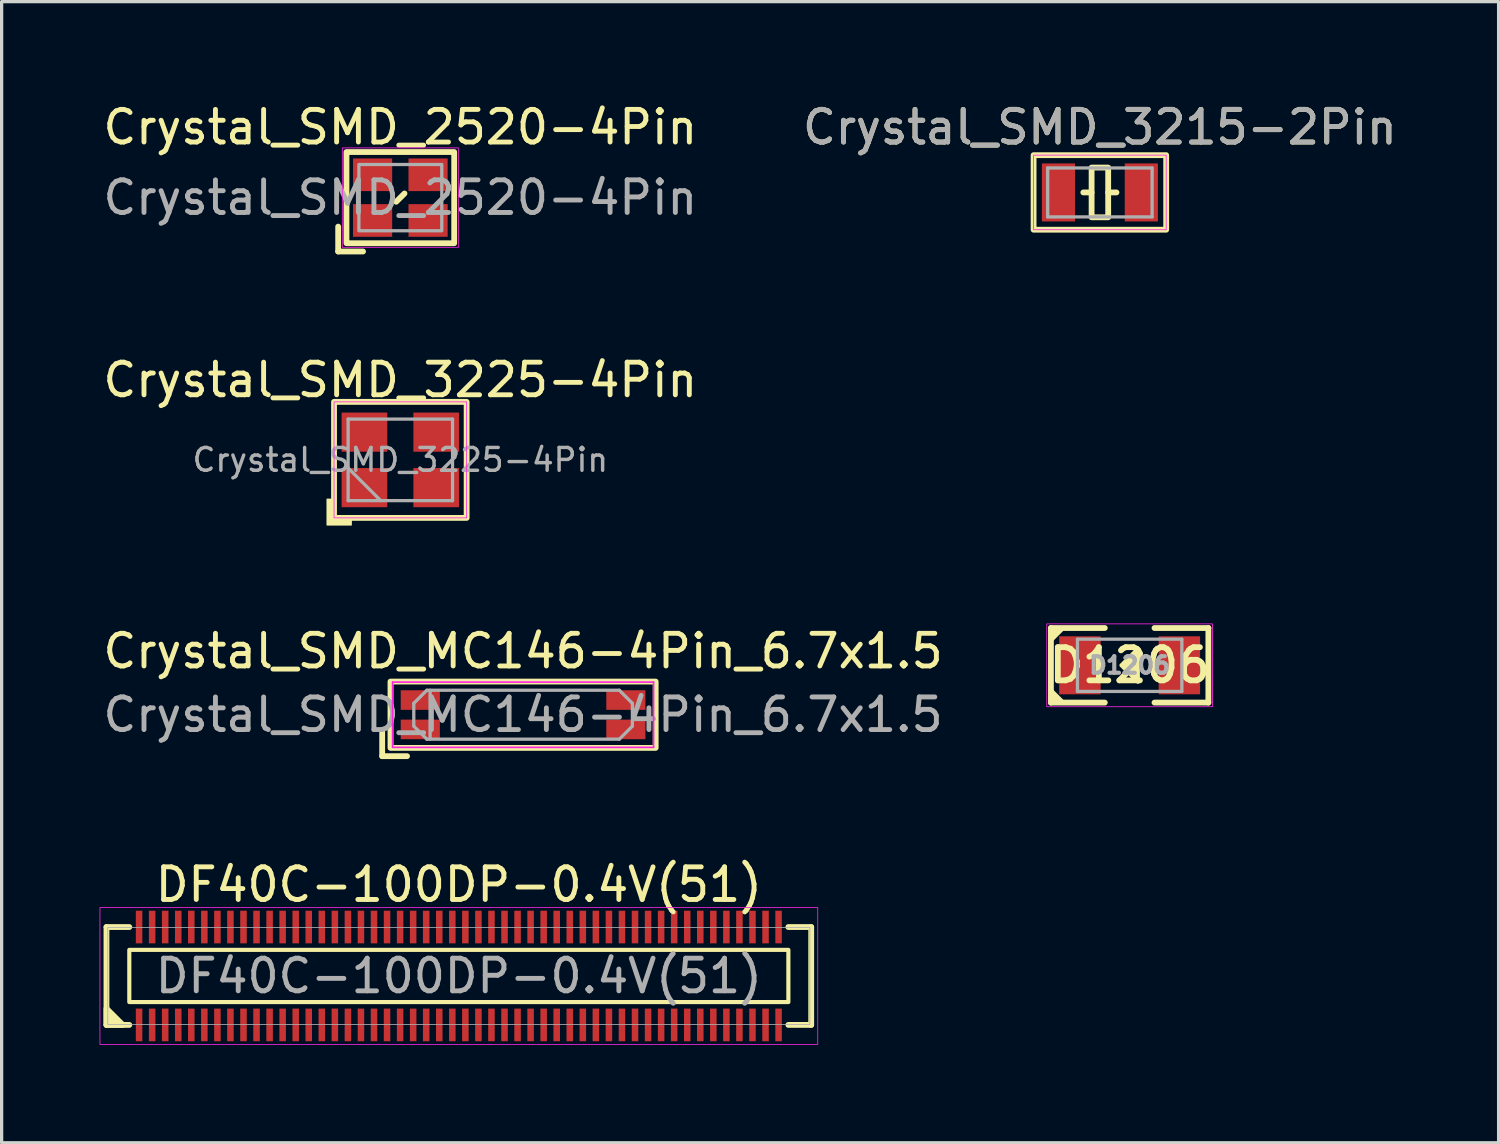
<source format=kicad_pcb>
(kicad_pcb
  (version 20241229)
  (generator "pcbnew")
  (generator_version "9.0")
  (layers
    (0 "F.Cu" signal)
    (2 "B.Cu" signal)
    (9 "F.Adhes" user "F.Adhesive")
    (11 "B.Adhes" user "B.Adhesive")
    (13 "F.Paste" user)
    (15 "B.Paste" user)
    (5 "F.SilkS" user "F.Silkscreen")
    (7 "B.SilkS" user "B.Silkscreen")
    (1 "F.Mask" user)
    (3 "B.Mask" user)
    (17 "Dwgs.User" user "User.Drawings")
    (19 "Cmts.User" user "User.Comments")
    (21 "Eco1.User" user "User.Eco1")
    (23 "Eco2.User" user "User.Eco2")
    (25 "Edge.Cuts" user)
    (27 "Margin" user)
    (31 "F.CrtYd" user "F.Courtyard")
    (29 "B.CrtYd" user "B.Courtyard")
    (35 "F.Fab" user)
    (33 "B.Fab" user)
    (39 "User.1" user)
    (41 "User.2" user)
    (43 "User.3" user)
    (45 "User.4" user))
  (footprint "Crystal_SMD_2520-4Pin"
    (layer "F.Cu")
    (at 9.22 3.007)
    (property "Reference" "Crystal_SMD_2520-4Pin" (at 0 -2.159 0) (unlocked yes) (layer "F.SilkS") (effects (font (size 1 1) (thickness 0.15))))
    (attr smd)
    (fp_line (start -1.905 1.651) (end -1.905 0.889) (stroke (width 0.178) (type solid)) (layer "F.SilkS"))
    (fp_line (start -1.905 1.651) (end -1.143 1.651) (stroke (width 0.178) (type solid)) (layer "F.SilkS"))
    (fp_line (start -0.127 0.127) (end 0.127 -0.127) (stroke (width 0.178) (type solid)) (layer "F.SilkS"))
    (fp_rect (start -1.651 -1.397) (end 1.651 1.397) (stroke (width 0.178) (type solid)) (fill no) (layer "F.SilkS"))
    (fp_rect (start -1.778 -1.524) (end 1.778 1.524) (stroke (width 0.025) (type solid)) (fill no) (layer "F.CrtYd"))
    (fp_rect (start -1.27 -1.016) (end 1.27 1.016) (stroke (width 0.1) (type solid)) (fill no) (layer "F.Fab"))
    (fp_text user "${REFERENCE}" (at 0 0 0) (unlocked yes) (layer "F.Fab") (effects (font (size 1 1) (thickness 0.15))))
    (pad "1" smd rect (at -0.85 0.7) (size 1.2 1) (layers "F.Cu" "F.Mask" "F.Paste"))
    (pad "2" smd rect (at 0.85 0.7) (size 1.2 1) (layers "F.Cu" "F.Mask" "F.Paste"))
    (pad "3" smd rect (at 0.85 -0.7) (size 1.2 1) (layers "F.Cu" "F.Mask" "F.Paste"))
    (pad "4" smd rect (at -0.85 -0.7) (size 1.2 1) (layers "F.Cu" "F.Mask" "F.Paste")))
  (footprint "Crystal_SMD_3215-2Pin"
    (layer "F.Cu")
    (at 30.661 2.848)
    (property "Reference" "Crystal_SMD_3215-2Pin" (at 0 -2 0) (layer "F.SilkS") (effects (font (size 1 1) (thickness 0.15))))
    (attr smd)
    (fp_line (start -0.508 0) (end -0.254 0) (stroke (width 0.178) (type solid)) (layer "F.SilkS"))
    (fp_line (start 0.508 0) (end 0.254 0) (stroke (width 0.178) (type solid)) (layer "F.SilkS"))
    (fp_rect (start -2.032 -1.143) (end 2.032 1.143) (stroke (width 0.178) (type solid)) (fill no) (layer "F.SilkS"))
    (fp_rect (start -0.254 -0.762) (end 0.254 0.762) (stroke (width 0.178) (type solid)) (fill no) (layer "F.SilkS"))
    (fp_rect (start -2.032 -1.143) (end 2.032 1.143) (stroke (width 0.025) (type solid)) (fill no) (layer "F.CrtYd"))
    (fp_line (start -1.6 -0.75) (end -1.6 0.75) (stroke (width 0.1) (type solid)) (layer "F.Fab"))
    (fp_line (start -1.6 -0.75) (end 1.6 -0.75) (stroke (width 0.1) (type solid)) (layer "F.Fab"))
    (fp_line (start -1.6 0.75) (end 1.6 0.75) (stroke (width 0.1) (type solid)) (layer "F.Fab"))
    (fp_line (start 1.6 -0.75) (end 1.6 0.75) (stroke (width 0.1) (type solid)) (layer "F.Fab"))
    (fp_text user "${REFERENCE}" (at 0 -2 0) (layer "F.Fab") (effects (font (size 1 1) (thickness 0.15))))
    (pad "1" smd rect (at 1.27 0) (size 1.016 1.778) (layers "F.Cu" "F.Mask" "F.Paste"))
    (pad "2" smd rect (at -1.27 0) (size 1.016 1.778) (layers "F.Cu" "F.Mask" "F.Paste")))
  (footprint "D1206"
    (layer "F.Cu")
    (at 31.573 17.341)
    (property "Reference" "D1206" (at 0 0 0) (layer "F.SilkS") (effects (font (size 1.016 1.016) (thickness 0.178))))
    (attr smd)
    (fp_line (start -2.413 -1.143) (end -2.413 1.143) (stroke (width 0.178) (type solid)) (layer "F.SilkS"))
    (fp_line (start -0.762 -1.143) (end -2.413 -1.143) (stroke (width 0.178) (type solid)) (layer "F.SilkS"))
    (fp_line (start -0.762 1.143) (end -2.413 1.143) (stroke (width 0.178) (type solid)) (layer "F.SilkS"))
    (fp_line (start 2.413 -1.143) (end 0.762 -1.143) (stroke (width 0.178) (type solid)) (layer "F.SilkS"))
    (fp_line (start 2.413 -1.143) (end 2.413 1.143) (stroke (width 0.178) (type solid)) (layer "F.SilkS"))
    (fp_line (start 2.413 1.143) (end 0.762 1.143) (stroke (width 0.178) (type solid)) (layer "F.SilkS"))
    (fp_poly (pts (xy -2.413 -0.762) (xy -2.413 -1.143) (xy -2.032 -1.143)) (stroke (width 0.12) (type solid)) (fill yes) (layer "F.SilkS"))
    (fp_poly (pts (xy -2.032 1.143) (xy -2.413 1.143) (xy -2.413 0.762)) (stroke (width 0.12) (type solid)) (fill yes) (layer "F.SilkS"))
    (fp_poly (pts (xy 0.254 0.508) (xy -0.254 0) (xy 0.254 -0.508)) (stroke (width 0.12) (type solid)) (fill yes) (layer "F.SilkS"))
    (fp_rect (start -2.54 -1.27) (end 2.54 1.27) (stroke (width 0.025) (type solid)) (fill no) (layer "F.CrtYd"))
    (fp_line (start -1.6 -0.8) (end 1.6 -0.8) (stroke (width 0.1) (type solid)) (layer "F.Fab"))
    (fp_line (start -1.6 0.8) (end -1.6 -0.8) (stroke (width 0.1) (type solid)) (layer "F.Fab"))
    (fp_line (start 1.6 -0.8) (end 1.6 0.8) (stroke (width 0.1) (type solid)) (layer "F.Fab"))
    (fp_line (start 1.6 0.8) (end -1.6 0.8) (stroke (width 0.1) (type solid)) (layer "F.Fab"))
    (fp_text user "${REFERENCE}" (at 0 0 0) (layer "F.Fab") (effects (font (size 0.508 0.508) (thickness 0.127))))
    (pad "A" smd rect (at 1.524 0) (size 1.27 1.778) (layers "F.Cu" "F.Mask" "F.Paste"))
    (pad "K" smd rect (at -1.524 0) (size 1.27 1.778) (layers "F.Cu" "F.Mask" "F.Paste")))
  (footprint "Crystal_SMD_3225-4Pin"
    (layer "F.Cu")
    (at 9.22 11.045)
    (property "Reference" "Crystal_SMD_3225-4Pin" (at 0 -2.45 0) (layer "F.SilkS") (effects (font (size 1 1) (thickness 0.15))))
    (attr smd)
    (fp_rect (start -2.032 -1.778) (end 2.032 1.778) (stroke (width 0.178) (type solid)) (fill no) (layer "F.SilkS"))
    (fp_poly (pts (xy -2 1.2) (xy -2.25 1.2) (xy -2.25 2) (xy -1.5 2) (xy -1.5 1.8) (xy -2.032 1.778)) (stroke (width 0.025) (type solid)) (fill yes) (layer "F.SilkS"))
    (fp_rect (start -2.032 -1.778) (end 2.032 1.778) (stroke (width 0.025) (type solid)) (fill no) (layer "F.CrtYd"))
    (fp_line (start -1.6 -1.25) (end -1.6 1.25) (stroke (width 0.1) (type solid)) (layer "F.Fab"))
    (fp_line (start -1.6 0.25) (end -0.6 1.25) (stroke (width 0.1) (type solid)) (layer "F.Fab"))
    (fp_line (start -1.6 1.25) (end 1.6 1.25) (stroke (width 0.1) (type solid)) (layer "F.Fab"))
    (fp_line (start 1.6 -1.25) (end -1.6 -1.25) (stroke (width 0.1) (type solid)) (layer "F.Fab"))
    (fp_line (start 1.6 1.25) (end 1.6 -1.25) (stroke (width 0.1) (type solid)) (layer "F.Fab"))
    (fp_text user "${REFERENCE}" (at 0 0 0) (layer "F.Fab") (effects (font (size 0.7 0.7) (thickness 0.105))))
    (pad "1" smd rect (at -1.1 0.85) (size 1.4 1.2) (layers "F.Cu" "F.Mask" "F.Paste"))
    (pad "2" smd rect (at 1.1 0.85) (size 1.4 1.2) (layers "F.Cu" "F.Mask" "F.Paste"))
    (pad "3" smd rect (at 1.1 -0.85) (size 1.4 1.2) (layers "F.Cu" "F.Mask" "F.Paste"))
    (pad "4" smd rect (at -1.1 -0.85) (size 1.4 1.2) (layers "F.Cu" "F.Mask" "F.Paste")))
  (footprint "Crystal_SMD_MC146-4Pin_6.7x1.5"
    (layer "F.Cu")
    (at 12.982 18.856)
    (property "Reference" "Crystal_SMD_MC146-4Pin_6.7x1.5" (at 0 -1.95 0) (layer "F.SilkS") (effects (font (size 1 1) (thickness 0.15))))
    (attr smd)
    (fp_line (start -4.318 0.508) (end -4.318 1.27) (stroke (width 0.178) (type solid)) (layer "F.SilkS"))
    (fp_line (start -4.318 1.27) (end -3.556 1.27) (stroke (width 0.178) (type solid)) (layer "F.SilkS"))
    (fp_rect (start -4.064 -1.016) (end 4.064 1.016) (stroke (width 0.178) (type solid)) (fill no) (layer "F.SilkS"))
    (fp_line (start -4 -1) (end -4 1) (stroke (width 0.05) (type solid)) (layer "F.CrtYd"))
    (fp_line (start -4 1) (end 4 1) (stroke (width 0.05) (type solid)) (layer "F.CrtYd"))
    (fp_line (start 4 -1) (end -4 -1) (stroke (width 0.05) (type solid)) (layer "F.CrtYd"))
    (fp_line (start 4 1) (end 4 -1) (stroke (width 0.05) (type solid)) (layer "F.CrtYd"))
    (fp_line (start -3.35 -0.35) (end -2.95 -0.75) (stroke (width 0.1) (type solid)) (layer "F.Fab"))
    (fp_line (start -3.35 0.35) (end -3.35 -0.35) (stroke (width 0.1) (type solid)) (layer "F.Fab"))
    (fp_line (start -2.95 -0.75) (end 2.95 -0.75) (stroke (width 0.1) (type solid)) (layer "F.Fab"))
    (fp_line (start -2.95 0.75) (end -3.35 0.35) (stroke (width 0.1) (type solid)) (layer "F.Fab"))
    (fp_line (start -2.85 -0.75) (end -2.85 0.75) (stroke (width 0.1) (type solid)) (layer "F.Fab"))
    (fp_line (start 2.95 -0.75) (end 3.35 -0.35) (stroke (width 0.1) (type solid)) (layer "F.Fab"))
    (fp_line (start 2.95 0.75) (end -2.95 0.75) (stroke (width 0.1) (type solid)) (layer "F.Fab"))
    (fp_line (start 3.35 -0.35) (end 3.35 0.35) (stroke (width 0.1) (type solid)) (layer "F.Fab"))
    (fp_line (start 3.35 0.35) (end 2.95 0.75) (stroke (width 0.1) (type solid)) (layer "F.Fab"))
    (fp_text user "${REFERENCE}" (at 0 0 0) (layer "F.Fab") (effects (font (size 1 1) (thickness 0.15))))
    (pad "1" smd rect (at -3.15 0.45) (size 1.2 0.6) (layers "F.Cu" "F.Mask" "F.Paste"))
    (pad "2" smd rect (at 3.15 0.45) (size 1.2 0.6) (layers "F.Cu" "F.Mask" "F.Paste"))
    (pad "3" smd rect (at 3.15 -0.45) (size 1.2 0.6) (layers "F.Cu" "F.Mask" "F.Paste"))
    (pad "4" smd rect (at -3.15 -0.45) (size 1.2 0.6) (layers "F.Cu" "F.Mask" "F.Paste")))
  (footprint "DF40C-100DP-0.4V(51)"
    (layer "F.Cu")
    (at 11.013 26.863)
    (property "Reference" "DF40C-100DP-0.4V(51)" (at 0 -2.8 0) (unlocked yes) (layer "F.SilkS") (effects (font (size 1 1) (thickness 0.15))))
    (attr smd)
    (fp_line (start -10.8 -1.5) (end -10.1 -1.5) (stroke (width 0.178) (type solid)) (layer "F.SilkS"))
    (fp_line (start -10.8 1.5) (end -10.8 -1.5) (stroke (width 0.178) (type solid)) (layer "F.SilkS"))
    (fp_line (start -10.1 1.5) (end -10.8 1.5) (stroke (width 0.178) (type solid)) (layer "F.SilkS"))
    (fp_line (start 10.1 1.5) (end 10.8 1.5) (stroke (width 0.178) (type solid)) (layer "F.SilkS"))
    (fp_line (start 10.8 -1.5) (end 10.1 -1.5) (stroke (width 0.178) (type solid)) (layer "F.SilkS"))
    (fp_line (start 10.8 1.5) (end 10.8 -1.5) (stroke (width 0.178) (type solid)) (layer "F.SilkS"))
    (fp_rect (start -10.1 -0.8) (end 10.1 0.8) (stroke (width 0.127) (type solid)) (fill no) (layer "F.SilkS"))
    (fp_poly (pts (xy -10.3 1.5) (xy -10.8 1) (xy -10.8 1.5)) (stroke (width 0.178) (type solid)) (fill yes) (layer "F.SilkS"))
    (fp_rect (start -11 2.1) (end 11 -2.1) (stroke (width 0.025) (type solid)) (fill no) (layer "F.CrtYd"))
    (fp_rect (start -10.76 -1.485) (end 10.76 1.485) (stroke (width 0.025) (type solid)) (fill no) (layer "F.Fab"))
    (fp_text user "${REFERENCE}" (at 0 0 0) (unlocked yes) (layer "F.Fab") (effects (font (size 1 1) (thickness 0.15))))
    (pad "1" smd rect (at -9.8 1.5) (size 0.2 1) (layers "F.Cu" "F.Mask" "F.Paste"))
    (pad "2" smd rect (at -9.8 -1.5) (size 0.2 1) (layers "F.Cu" "F.Mask" "F.Paste"))
    (pad "3" smd rect (at -9.4 1.5) (size 0.2 1) (layers "F.Cu" "F.Mask" "F.Paste"))
    (pad "4" smd rect (at -9.4 -1.5) (size 0.2 1) (layers "F.Cu" "F.Mask" "F.Paste"))
    (pad "5" smd rect (at -9 1.5) (size 0.2 1) (layers "F.Cu" "F.Mask" "F.Paste"))
    (pad "6" smd rect (at -9 -1.5) (size 0.2 1) (layers "F.Cu" "F.Mask" "F.Paste"))
    (pad "7" smd rect (at -8.6 1.5) (size 0.2 1) (layers "F.Cu" "F.Mask" "F.Paste"))
    (pad "8" smd rect (at -8.6 -1.5) (size 0.2 1) (layers "F.Cu" "F.Mask" "F.Paste"))
    (pad "9" smd rect (at -8.2 1.5) (size 0.2 1) (layers "F.Cu" "F.Mask" "F.Paste"))
    (pad "10" smd rect (at -8.2 -1.5) (size 0.2 1) (layers "F.Cu" "F.Mask" "F.Paste"))
    (pad "11" smd rect (at -7.8 1.5) (size 0.2 1) (layers "F.Cu" "F.Mask" "F.Paste"))
    (pad "12" smd rect (at -7.8 -1.5) (size 0.2 1) (layers "F.Cu" "F.Mask" "F.Paste"))
    (pad "13" smd rect (at -7.4 1.5) (size 0.2 1) (layers "F.Cu" "F.Mask" "F.Paste"))
    (pad "14" smd rect (at -7.4 -1.5) (size 0.2 1) (layers "F.Cu" "F.Mask" "F.Paste"))
    (pad "15" smd rect (at -7 1.5) (size 0.2 1) (layers "F.Cu" "F.Mask" "F.Paste"))
    (pad "16" smd rect (at -7 -1.5) (size 0.2 1) (layers "F.Cu" "F.Mask" "F.Paste"))
    (pad "17" smd rect (at -6.6 1.5) (size 0.2 1) (layers "F.Cu" "F.Mask" "F.Paste"))
    (pad "18" smd rect (at -6.6 -1.5) (size 0.2 1) (layers "F.Cu" "F.Mask" "F.Paste"))
    (pad "19" smd rect (at -6.2 1.5) (size 0.2 1) (layers "F.Cu" "F.Mask" "F.Paste"))
    (pad "20" smd rect (at -6.2 -1.5) (size 0.2 1) (layers "F.Cu" "F.Mask" "F.Paste"))
    (pad "21" smd rect (at -5.8 1.5) (size 0.2 1) (layers "F.Cu" "F.Mask" "F.Paste"))
    (pad "22" smd rect (at -5.8 -1.5) (size 0.2 1) (layers "F.Cu" "F.Mask" "F.Paste"))
    (pad "23" smd rect (at -5.4 1.5) (size 0.2 1) (layers "F.Cu" "F.Mask" "F.Paste"))
    (pad "24" smd rect (at -5.4 -1.5) (size 0.2 1) (layers "F.Cu" "F.Mask" "F.Paste"))
    (pad "25" smd rect (at -5 1.5) (size 0.2 1) (layers "F.Cu" "F.Mask" "F.Paste"))
    (pad "26" smd rect (at -5 -1.5) (size 0.2 1) (layers "F.Cu" "F.Mask" "F.Paste"))
    (pad "27" smd rect (at -4.6 1.5) (size 0.2 1) (layers "F.Cu" "F.Mask" "F.Paste"))
    (pad "28" smd rect (at -4.6 -1.5) (size 0.2 1) (layers "F.Cu" "F.Mask" "F.Paste"))
    (pad "29" smd rect (at -4.2 1.5) (size 0.2 1) (layers "F.Cu" "F.Mask" "F.Paste"))
    (pad "30" smd rect (at -4.2 -1.5) (size 0.2 1) (layers "F.Cu" "F.Mask" "F.Paste"))
    (pad "31" smd rect (at -3.8 1.5) (size 0.2 1) (layers "F.Cu" "F.Mask" "F.Paste"))
    (pad "32" smd rect (at -3.8 -1.5) (size 0.2 1) (layers "F.Cu" "F.Mask" "F.Paste"))
    (pad "33" smd rect (at -3.4 1.5) (size 0.2 1) (layers "F.Cu" "F.Mask" "F.Paste"))
    (pad "34" smd rect (at -3.4 -1.5) (size 0.2 1) (layers "F.Cu" "F.Mask" "F.Paste"))
    (pad "35" smd rect (at -3 1.5) (size 0.2 1) (layers "F.Cu" "F.Mask" "F.Paste"))
    (pad "36" smd rect (at -3 -1.5) (size 0.2 1) (layers "F.Cu" "F.Mask" "F.Paste"))
    (pad "37" smd rect (at -2.6 1.5) (size 0.2 1) (layers "F.Cu" "F.Mask" "F.Paste"))
    (pad "38" smd rect (at -2.6 -1.5) (size 0.2 1) (layers "F.Cu" "F.Mask" "F.Paste"))
    (pad "39" smd rect (at -2.2 1.5) (size 0.2 1) (layers "F.Cu" "F.Mask" "F.Paste"))
    (pad "40" smd rect (at -2.2 -1.5) (size 0.2 1) (layers "F.Cu" "F.Mask" "F.Paste"))
    (pad "41" smd rect (at -1.8 1.5) (size 0.2 1) (layers "F.Cu" "F.Mask" "F.Paste"))
    (pad "42" smd rect (at -1.8 -1.5) (size 0.2 1) (layers "F.Cu" "F.Mask" "F.Paste"))
    (pad "43" smd rect (at -1.4 1.5) (size 0.2 1) (layers "F.Cu" "F.Mask" "F.Paste"))
    (pad "44" smd rect (at -1.4 -1.5) (size 0.2 1) (layers "F.Cu" "F.Mask" "F.Paste"))
    (pad "45" smd rect (at -1 1.5) (size 0.2 1) (layers "F.Cu" "F.Mask" "F.Paste"))
    (pad "46" smd rect (at -1 -1.5) (size 0.2 1) (layers "F.Cu" "F.Mask" "F.Paste"))
    (pad "47" smd rect (at -0.6 1.5) (size 0.2 1) (layers "F.Cu" "F.Mask" "F.Paste"))
    (pad "48" smd rect (at -0.6 -1.5) (size 0.2 1) (layers "F.Cu" "F.Mask" "F.Paste"))
    (pad "49" smd rect (at -0.2 1.5) (size 0.2 1) (layers "F.Cu" "F.Mask" "F.Paste"))
    (pad "50" smd rect (at -0.2 -1.5) (size 0.2 1) (layers "F.Cu" "F.Mask" "F.Paste"))
    (pad "51" smd rect (at 0.2 1.5) (size 0.2 1) (layers "F.Cu" "F.Mask" "F.Paste"))
    (pad "52" smd rect (at 0.2 -1.5) (size 0.2 1) (layers "F.Cu" "F.Mask" "F.Paste"))
    (pad "53" smd rect (at 0.6 1.5) (size 0.2 1) (layers "F.Cu" "F.Mask" "F.Paste"))
    (pad "54" smd rect (at 0.6 -1.5) (size 0.2 1) (layers "F.Cu" "F.Mask" "F.Paste"))
    (pad "55" smd rect (at 1 1.5) (size 0.2 1) (layers "F.Cu" "F.Mask" "F.Paste"))
    (pad "56" smd rect (at 1 -1.5) (size 0.2 1) (layers "F.Cu" "F.Mask" "F.Paste"))
    (pad "57" smd rect (at 1.4 1.5) (size 0.2 1) (layers "F.Cu" "F.Mask" "F.Paste"))
    (pad "58" smd rect (at 1.4 -1.5) (size 0.2 1) (layers "F.Cu" "F.Mask" "F.Paste"))
    (pad "59" smd rect (at 1.8 1.5) (size 0.2 1) (layers "F.Cu" "F.Mask" "F.Paste"))
    (pad "60" smd rect (at 1.8 -1.5) (size 0.2 1) (layers "F.Cu" "F.Mask" "F.Paste"))
    (pad "61" smd rect (at 2.2 1.5) (size 0.2 1) (layers "F.Cu" "F.Mask" "F.Paste"))
    (pad "62" smd rect (at 2.2 -1.5) (size 0.2 1) (layers "F.Cu" "F.Mask" "F.Paste"))
    (pad "63" smd rect (at 2.6 1.5) (size 0.2 1) (layers "F.Cu" "F.Mask" "F.Paste"))
    (pad "64" smd rect (at 2.6 -1.5) (size 0.2 1) (layers "F.Cu" "F.Mask" "F.Paste"))
    (pad "65" smd rect (at 3 1.5) (size 0.2 1) (layers "F.Cu" "F.Mask" "F.Paste"))
    (pad "66" smd rect (at 3 -1.5) (size 0.2 1) (layers "F.Cu" "F.Mask" "F.Paste"))
    (pad "67" smd rect (at 3.4 1.5) (size 0.2 1) (layers "F.Cu" "F.Mask" "F.Paste"))
    (pad "68" smd rect (at 3.4 -1.5) (size 0.2 1) (layers "F.Cu" "F.Mask" "F.Paste"))
    (pad "69" smd rect (at 3.8 1.5) (size 0.2 1) (layers "F.Cu" "F.Mask" "F.Paste"))
    (pad "70" smd rect (at 3.8 -1.5) (size 0.2 1) (layers "F.Cu" "F.Mask" "F.Paste"))
    (pad "71" smd rect (at 4.2 1.5) (size 0.2 1) (layers "F.Cu" "F.Mask" "F.Paste"))
    (pad "72" smd rect (at 4.2 -1.5) (size 0.2 1) (layers "F.Cu" "F.Mask" "F.Paste"))
    (pad "73" smd rect (at 4.6 1.5) (size 0.2 1) (layers "F.Cu" "F.Mask" "F.Paste"))
    (pad "74" smd rect (at 4.6 -1.5) (size 0.2 1) (layers "F.Cu" "F.Mask" "F.Paste"))
    (pad "75" smd rect (at 5 1.5) (size 0.2 1) (layers "F.Cu" "F.Mask" "F.Paste"))
    (pad "76" smd rect (at 5 -1.5) (size 0.2 1) (layers "F.Cu" "F.Mask" "F.Paste"))
    (pad "77" smd rect (at 5.4 1.5) (size 0.2 1) (layers "F.Cu" "F.Mask" "F.Paste"))
    (pad "78" smd rect (at 5.4 -1.5) (size 0.2 1) (layers "F.Cu" "F.Mask" "F.Paste"))
    (pad "79" smd rect (at 5.8 1.5) (size 0.2 1) (layers "F.Cu" "F.Mask" "F.Paste"))
    (pad "80" smd rect (at 5.8 -1.5) (size 0.2 1) (layers "F.Cu" "F.Mask" "F.Paste"))
    (pad "81" smd rect (at 6.2 1.5) (size 0.2 1) (layers "F.Cu" "F.Mask" "F.Paste"))
    (pad "82" smd rect (at 6.2 -1.5) (size 0.2 1) (layers "F.Cu" "F.Mask" "F.Paste"))
    (pad "83" smd rect (at 6.6 1.5) (size 0.2 1) (layers "F.Cu" "F.Mask" "F.Paste"))
    (pad "84" smd rect (at 6.6 -1.5) (size 0.2 1) (layers "F.Cu" "F.Mask" "F.Paste"))
    (pad "85" smd rect (at 7 1.5) (size 0.2 1) (layers "F.Cu" "F.Mask" "F.Paste"))
    (pad "86" smd rect (at 7 -1.5) (size 0.2 1) (layers "F.Cu" "F.Mask" "F.Paste"))
    (pad "87" smd rect (at 7.4 1.5) (size 0.2 1) (layers "F.Cu" "F.Mask" "F.Paste"))
    (pad "88" smd rect (at 7.4 -1.5) (size 0.2 1) (layers "F.Cu" "F.Mask" "F.Paste"))
    (pad "89" smd rect (at 7.8 1.5) (size 0.2 1) (layers "F.Cu" "F.Mask" "F.Paste"))
    (pad "90" smd rect (at 7.8 -1.5) (size 0.2 1) (layers "F.Cu" "F.Mask" "F.Paste"))
    (pad "91" smd rect (at 8.2 1.5) (size 0.2 1) (layers "F.Cu" "F.Mask" "F.Paste"))
    (pad "92" smd rect (at 8.2 -1.5) (size 0.2 1) (layers "F.Cu" "F.Mask" "F.Paste"))
    (pad "93" smd rect (at 8.6 1.5) (size 0.2 1) (layers "F.Cu" "F.Mask" "F.Paste"))
    (pad "94" smd rect (at 8.6 -1.5) (size 0.2 1) (layers "F.Cu" "F.Mask" "F.Paste"))
    (pad "95" smd rect (at 9 1.5) (size 0.2 1) (layers "F.Cu" "F.Mask" "F.Paste"))
    (pad "96" smd rect (at 9 -1.5) (size 0.2 1) (layers "F.Cu" "F.Mask" "F.Paste"))
    (pad "97" smd rect (at 9.4 1.5) (size 0.2 1) (layers "F.Cu" "F.Mask" "F.Paste"))
    (pad "98" smd rect (at 9.4 -1.5) (size 0.2 1) (layers "F.Cu" "F.Mask" "F.Paste"))
    (pad "99" smd rect (at 9.8 1.5) (size 0.2 1) (layers "F.Cu" "F.Mask" "F.Paste"))
    (pad "100" smd rect (at 9.8 -1.5) (size 0.2 1) (layers "F.Cu" "F.Mask" "F.Paste")))
  (gr_rect
    (start -3 -3)
    (end 42.881 31.976)
    (stroke (width 0.1) (type default))
    (fill no)
    (layer "Edge.Cuts")))
</source>
